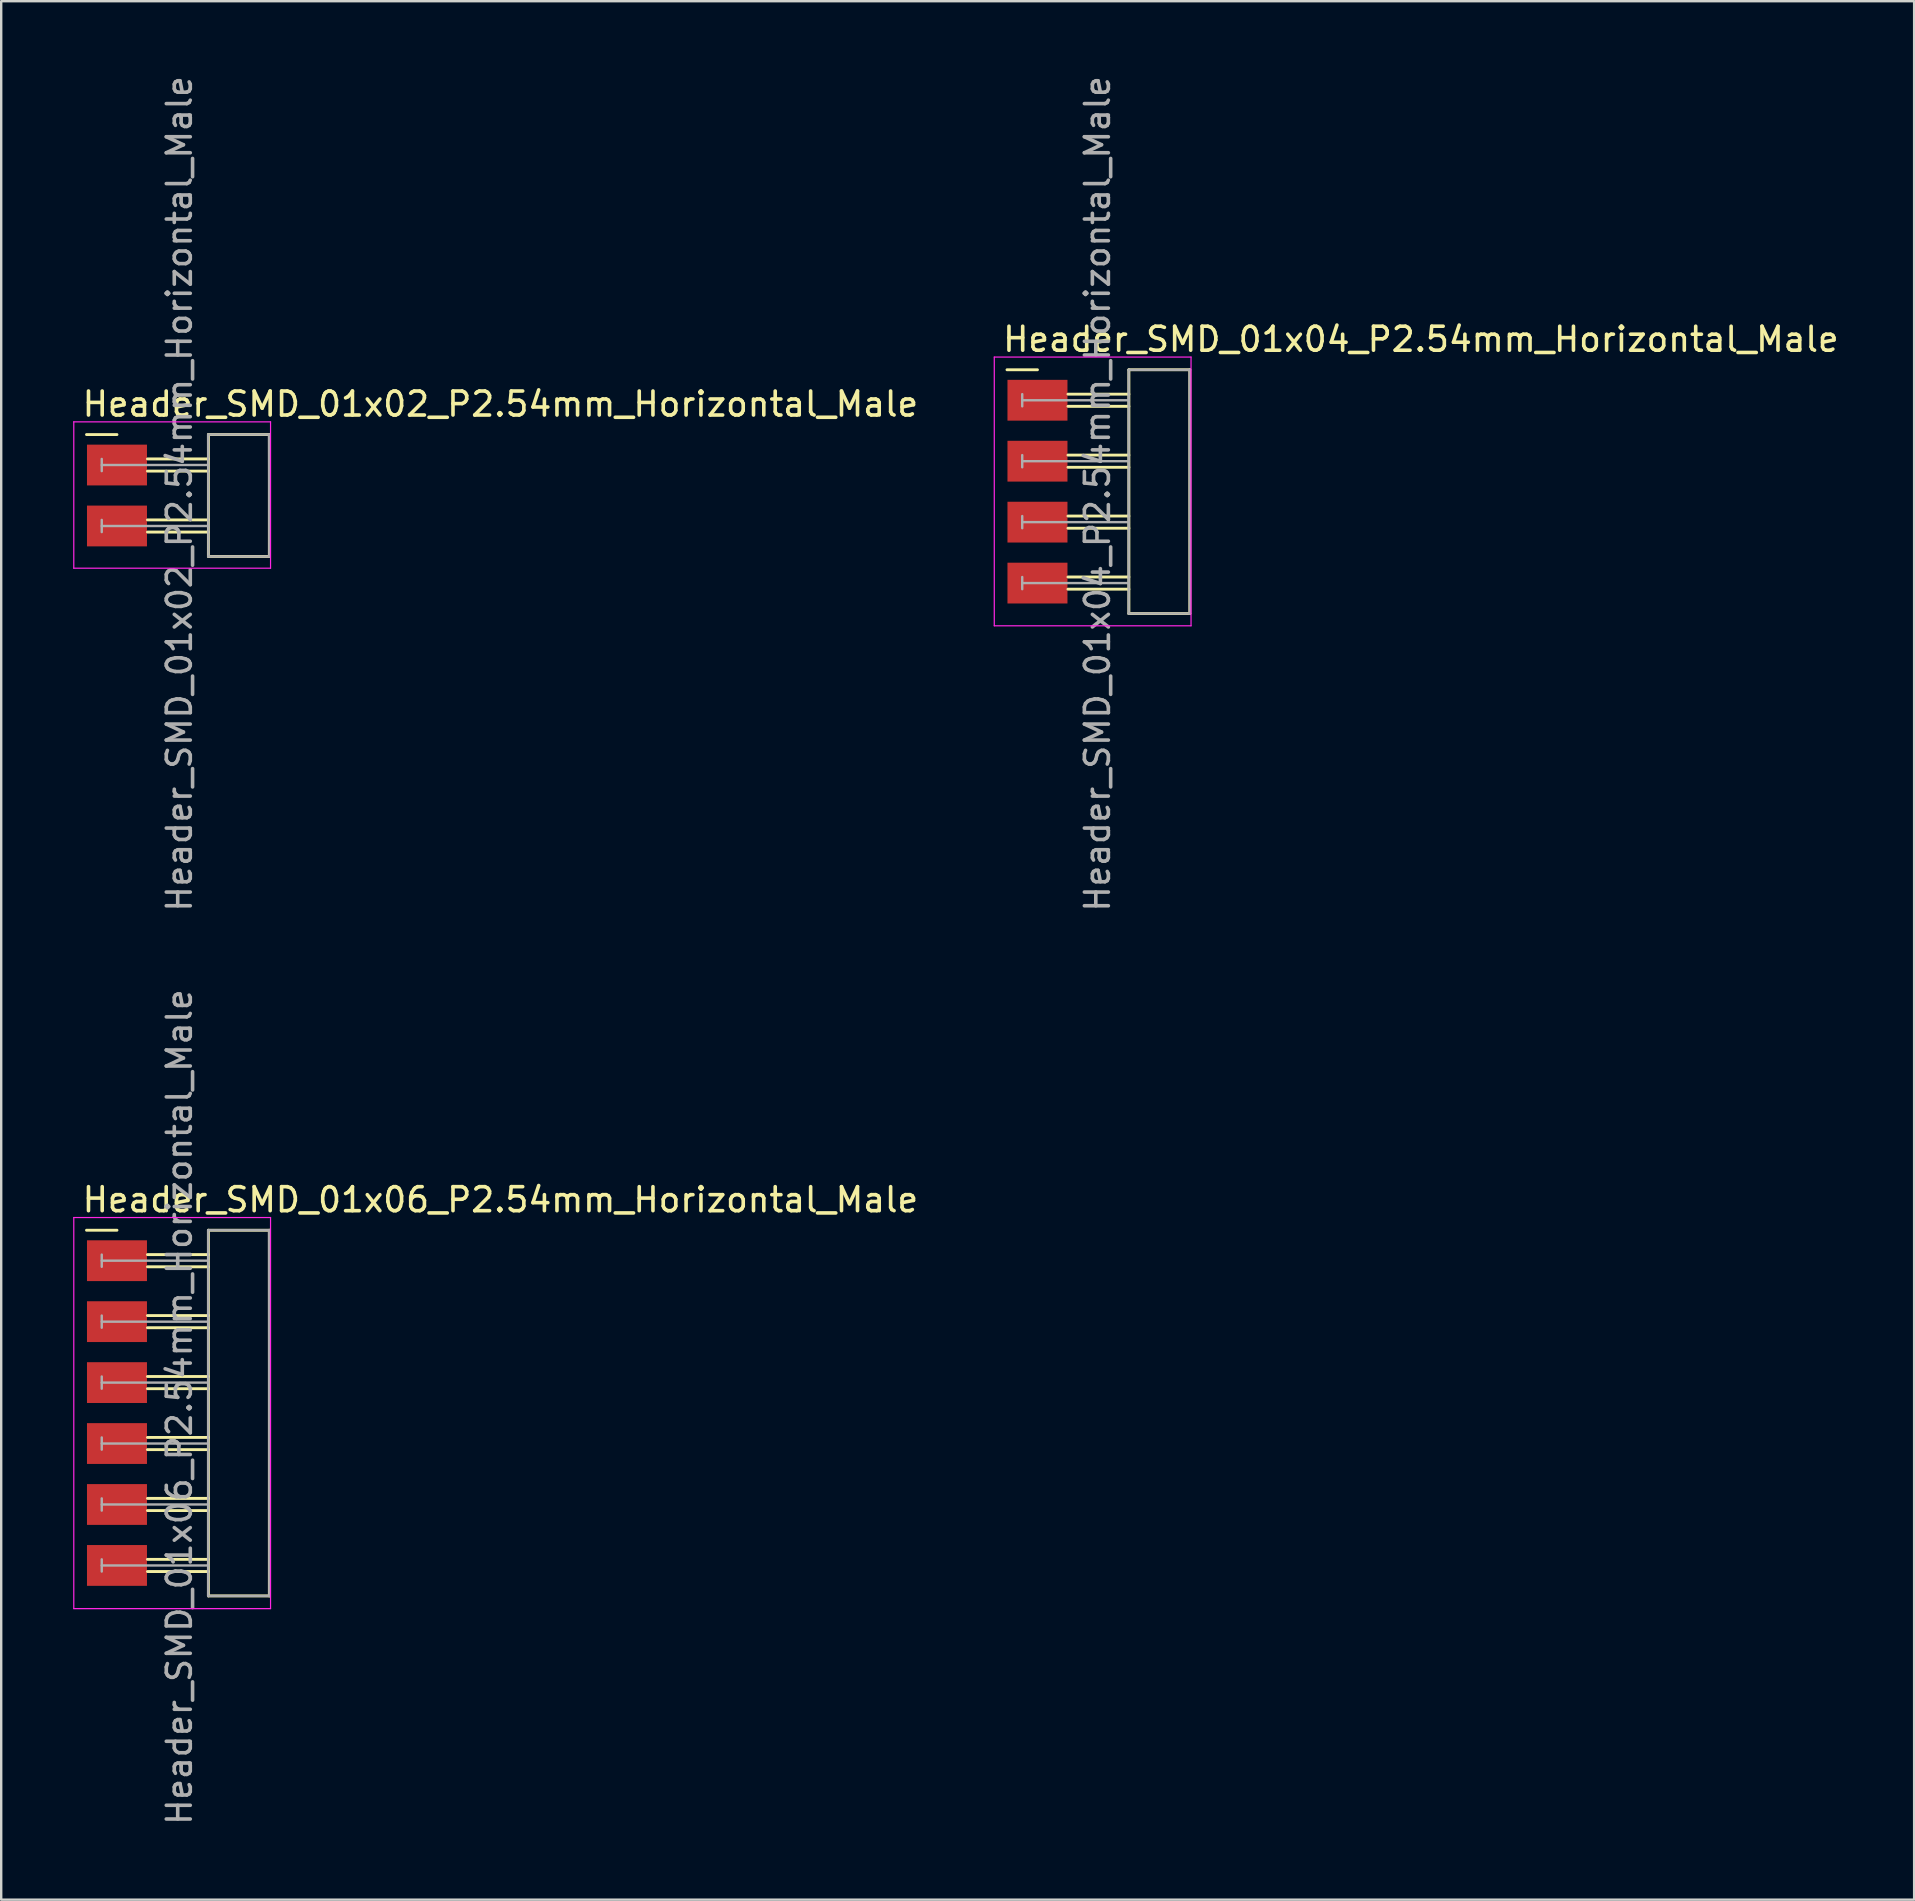
<source format=kicad_pcb>
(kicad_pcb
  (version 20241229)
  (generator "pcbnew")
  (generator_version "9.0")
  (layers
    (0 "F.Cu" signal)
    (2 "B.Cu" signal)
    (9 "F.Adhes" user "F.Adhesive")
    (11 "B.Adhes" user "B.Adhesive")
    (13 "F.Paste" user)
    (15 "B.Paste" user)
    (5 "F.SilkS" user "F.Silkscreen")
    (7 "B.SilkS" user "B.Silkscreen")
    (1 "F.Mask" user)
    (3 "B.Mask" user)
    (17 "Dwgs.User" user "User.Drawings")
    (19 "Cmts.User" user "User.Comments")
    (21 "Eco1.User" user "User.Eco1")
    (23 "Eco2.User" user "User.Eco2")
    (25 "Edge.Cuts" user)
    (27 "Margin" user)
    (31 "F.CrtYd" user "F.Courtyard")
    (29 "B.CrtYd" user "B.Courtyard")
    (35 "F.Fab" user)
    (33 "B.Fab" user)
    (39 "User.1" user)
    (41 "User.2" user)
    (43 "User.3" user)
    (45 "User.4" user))
  (footprint "Header_SMD_01x04_P2.54mm_Horizontal_Male"
    (layer "F.Cu")
    (at 40.186 13.63)
    (property "Reference" "Header_SMD_01x04_P2.54mm_Horizontal_Male" (at -1.524 -2.54 180) (layer "F.SilkS") (effects (font (size 1 1) (thickness 0.15)) (justify left)))
    (attr smd)
    (fp_line (start -1.27 -1.27) (end 0 -1.27) (stroke (width 0.12) (type solid)) (layer "F.SilkS"))
    (fp_line (start 3.81 -1.27) (end 6.35 -1.27) (stroke (width 0.12) (type solid)) (layer "F.SilkS"))
    (fp_line (start 3.81 -0.254) (end 1.27 -0.254) (stroke (width 0.12) (type solid)) (layer "F.SilkS"))
    (fp_line (start 3.81 0.254) (end 1.27 0.254) (stroke (width 0.12) (type solid)) (layer "F.SilkS"))
    (fp_line (start 3.81 2.286) (end 1.27 2.286) (stroke (width 0.12) (type solid)) (layer "F.SilkS"))
    (fp_line (start 3.81 2.794) (end 1.27 2.794) (stroke (width 0.12) (type solid)) (layer "F.SilkS"))
    (fp_line (start 3.81 4.826) (end 1.27 4.826) (stroke (width 0.12) (type solid)) (layer "F.SilkS"))
    (fp_line (start 3.81 5.334) (end 1.27 5.334) (stroke (width 0.12) (type solid)) (layer "F.SilkS"))
    (fp_line (start 3.81 7.366) (end 1.27 7.366) (stroke (width 0.12) (type solid)) (layer "F.SilkS"))
    (fp_line (start 3.81 7.874) (end 1.27 7.874) (stroke (width 0.12) (type solid)) (layer "F.SilkS"))
    (fp_line (start 3.81 8.89) (end 3.81 -1.27) (stroke (width 0.12) (type solid)) (layer "F.SilkS"))
    (fp_line (start 6.35 -1.27) (end 6.35 8.89) (stroke (width 0.12) (type solid)) (layer "F.SilkS"))
    (fp_line (start 6.35 8.89) (end 3.81 8.89) (stroke (width 0.12) (type solid)) (layer "F.SilkS"))
    (fp_line (start -1.8 -1.8) (end -1.8 9.4) (stroke (width 0.05) (type solid)) (layer "F.CrtYd"))
    (fp_line (start -1.8 9.4) (end 6.4 9.4) (stroke (width 0.05) (type solid)) (layer "F.CrtYd"))
    (fp_line (start 6.4 -1.8) (end -1.8 -1.8) (stroke (width 0.05) (type solid)) (layer "F.CrtYd"))
    (fp_line (start 6.4 9.4) (end 6.4 -1.8) (stroke (width 0.05) (type solid)) (layer "F.CrtYd"))
    (fp_line (start -0.635 -0.254) (end -0.635 0.254) (stroke (width 0.1) (type solid)) (layer "F.Fab"))
    (fp_line (start -0.635 2.286) (end -0.635 2.794) (stroke (width 0.1) (type solid)) (layer "F.Fab"))
    (fp_line (start -0.635 4.826) (end -0.635 5.334) (stroke (width 0.1) (type solid)) (layer "F.Fab"))
    (fp_line (start -0.635 7.366) (end -0.635 7.874) (stroke (width 0.1) (type solid)) (layer "F.Fab"))
    (fp_line (start 3.8 -1.27) (end 6.34 -1.27) (stroke (width 0.1) (type solid)) (layer "F.Fab"))
    (fp_line (start 3.8 8.89) (end 3.8 -1.27) (stroke (width 0.1) (type solid)) (layer "F.Fab"))
    (fp_line (start 3.8 8.89) (end 6.35 8.89) (stroke (width 0.1) (type solid)) (layer "F.Fab"))
    (fp_line (start 3.81 0) (end -0.635 0) (stroke (width 0.1) (type solid)) (layer "F.Fab"))
    (fp_line (start 3.81 2.54) (end -0.635 2.54) (stroke (width 0.1) (type solid)) (layer "F.Fab"))
    (fp_line (start 3.81 5.08) (end -0.635 5.08) (stroke (width 0.1) (type solid)) (layer "F.Fab"))
    (fp_line (start 3.81 7.62) (end -0.635 7.62) (stroke (width 0.1) (type solid)) (layer "F.Fab"))
    (fp_line (start 6.34 -1.27) (end 6.35 8.89) (stroke (width 0.1) (type solid)) (layer "F.Fab"))
    (fp_text user "${REFERENCE}" (at 2.5 3.9 90) (layer "F.Fab") (effects (font (size 1 1) (thickness 0.15))))
    (pad "1" smd rect (at 0 0) (size 2.5 1.7) (layers "F.Cu" "F.Mask" "F.Paste"))
    (pad "2" smd rect (at 0 2.54) (size 2.5 1.7) (layers "F.Cu" "F.Mask" "F.Paste"))
    (pad "3" smd rect (at 0 5.08) (size 2.5 1.7) (layers "F.Cu" "F.Mask" "F.Paste"))
    (pad "4" smd rect (at 0 7.62) (size 2.5 1.7) (layers "F.Cu" "F.Mask" "F.Paste")))
  (footprint "Header_SMD_01x02_P2.54mm_Horizontal_Male"
    (layer "F.Cu")
    (at 1.825 16.33)
    (property "Reference" "Header_SMD_01x02_P2.54mm_Horizontal_Male" (at -1.524 -2.54 180) (layer "F.SilkS") (effects (font (size 1 1) (thickness 0.15)) (justify left)))
    (attr smd)
    (fp_line (start -1.27 -1.27) (end 0 -1.27) (stroke (width 0.12) (type solid)) (layer "F.SilkS"))
    (fp_line (start 3.81 -1.27) (end 6.35 -1.27) (stroke (width 0.12) (type solid)) (layer "F.SilkS"))
    (fp_line (start 3.81 -0.254) (end 1.27 -0.254) (stroke (width 0.12) (type solid)) (layer "F.SilkS"))
    (fp_line (start 3.81 0.254) (end 1.27 0.254) (stroke (width 0.12) (type solid)) (layer "F.SilkS"))
    (fp_line (start 3.81 2.286) (end 1.27 2.286) (stroke (width 0.12) (type solid)) (layer "F.SilkS"))
    (fp_line (start 3.81 2.794) (end 1.27 2.794) (stroke (width 0.12) (type solid)) (layer "F.SilkS"))
    (fp_line (start 3.81 3.81) (end 3.81 -1.27) (stroke (width 0.12) (type solid)) (layer "F.SilkS"))
    (fp_line (start 6.35 -1.27) (end 6.35 3.81) (stroke (width 0.12) (type solid)) (layer "F.SilkS"))
    (fp_line (start 6.35 3.81) (end 3.81 3.81) (stroke (width 0.12) (type solid)) (layer "F.SilkS"))
    (fp_line (start -1.8 -1.8) (end -1.8 4.3) (stroke (width 0.05) (type solid)) (layer "F.CrtYd"))
    (fp_line (start -1.8 4.3) (end 6.4 4.3) (stroke (width 0.05) (type solid)) (layer "F.CrtYd"))
    (fp_line (start 6.4 -1.8) (end -1.8 -1.8) (stroke (width 0.05) (type solid)) (layer "F.CrtYd"))
    (fp_line (start 6.4 4.3) (end 6.4 -1.8) (stroke (width 0.05) (type solid)) (layer "F.CrtYd"))
    (fp_line (start -0.635 -0.254) (end -0.635 0.254) (stroke (width 0.1) (type solid)) (layer "F.Fab"))
    (fp_line (start -0.635 2.286) (end -0.635 2.794) (stroke (width 0.1) (type solid)) (layer "F.Fab"))
    (fp_line (start 3.8 -1.27) (end 6.34 -1.27) (stroke (width 0.1) (type solid)) (layer "F.Fab"))
    (fp_line (start 3.8 3.81) (end 6.35 3.81) (stroke (width 0.1) (type solid)) (layer "F.Fab"))
    (fp_line (start 3.81 0) (end -0.635 0) (stroke (width 0.1) (type solid)) (layer "F.Fab"))
    (fp_line (start 3.81 2.54) (end -0.635 2.54) (stroke (width 0.1) (type solid)) (layer "F.Fab"))
    (fp_line (start 3.81 3.81) (end 3.8 -1.27) (stroke (width 0.1) (type solid)) (layer "F.Fab"))
    (fp_line (start 6.34 -1.27) (end 6.35 3.81) (stroke (width 0.1) (type solid)) (layer "F.Fab"))
    (fp_text user "${REFERENCE}" (at 2.6 1.2 90) (layer "F.Fab") (effects (font (size 1 1) (thickness 0.15))))
    (pad "1" smd rect (at 0 0) (size 2.5 1.7) (layers "F.Cu" "F.Mask" "F.Paste"))
    (pad "2" smd rect (at 0 2.54) (size 2.5 1.7) (layers "F.Cu" "F.Mask" "F.Paste")))
  (footprint "Header_SMD_01x06_P2.54mm_Horizontal_Male"
    (layer "F.Cu")
    (at 1.825 49.489)
    (property "Reference" "Header_SMD_01x06_P2.54mm_Horizontal_Male" (at -1.524 -2.54 180) (layer "F.SilkS") (effects (font (size 1 1) (thickness 0.15)) (justify left)))
    (attr smd)
    (fp_line (start -1.27 -1.27) (end 0 -1.27) (stroke (width 0.12) (type solid)) (layer "F.SilkS"))
    (fp_line (start 3.81 -1.27) (end 6.35 -1.27) (stroke (width 0.12) (type solid)) (layer "F.SilkS"))
    (fp_line (start 3.81 -0.254) (end 1.27 -0.254) (stroke (width 0.12) (type solid)) (layer "F.SilkS"))
    (fp_line (start 3.81 0.254) (end 1.27 0.254) (stroke (width 0.12) (type solid)) (layer "F.SilkS"))
    (fp_line (start 3.81 2.286) (end 1.27 2.286) (stroke (width 0.12) (type solid)) (layer "F.SilkS"))
    (fp_line (start 3.81 2.794) (end 1.27 2.794) (stroke (width 0.12) (type solid)) (layer "F.SilkS"))
    (fp_line (start 3.81 4.826) (end 1.27 4.826) (stroke (width 0.12) (type solid)) (layer "F.SilkS"))
    (fp_line (start 3.81 5.334) (end 1.27 5.334) (stroke (width 0.12) (type solid)) (layer "F.SilkS"))
    (fp_line (start 3.81 7.366) (end 1.27 7.366) (stroke (width 0.12) (type solid)) (layer "F.SilkS"))
    (fp_line (start 3.81 7.874) (end 1.27 7.874) (stroke (width 0.12) (type solid)) (layer "F.SilkS"))
    (fp_line (start 3.81 9.906) (end 1.27 9.906) (stroke (width 0.12) (type solid)) (layer "F.SilkS"))
    (fp_line (start 3.81 10.414) (end 1.27 10.414) (stroke (width 0.12) (type solid)) (layer "F.SilkS"))
    (fp_line (start 3.81 12.446) (end 1.27 12.446) (stroke (width 0.12) (type solid)) (layer "F.SilkS"))
    (fp_line (start 3.81 12.954) (end 1.27 12.954) (stroke (width 0.12) (type solid)) (layer "F.SilkS"))
    (fp_line (start 3.81 13.97) (end 3.81 -1.27) (stroke (width 0.12) (type solid)) (layer "F.SilkS"))
    (fp_line (start 6.35 -1.27) (end 6.35 13.97) (stroke (width 0.12) (type solid)) (layer "F.SilkS"))
    (fp_line (start 6.35 13.97) (end 3.81 13.97) (stroke (width 0.12) (type solid)) (layer "F.SilkS"))
    (fp_line (start -1.8 -1.8) (end -1.8 14.5) (stroke (width 0.05) (type solid)) (layer "F.CrtYd"))
    (fp_line (start -1.8 14.5) (end 6.4 14.5) (stroke (width 0.05) (type solid)) (layer "F.CrtYd"))
    (fp_line (start 6.4 -1.8) (end -1.8 -1.8) (stroke (width 0.05) (type solid)) (layer "F.CrtYd"))
    (fp_line (start 6.4 14.5) (end 6.4 -1.8) (stroke (width 0.05) (type solid)) (layer "F.CrtYd"))
    (fp_line (start -0.635 -0.254) (end -0.635 0.254) (stroke (width 0.1) (type solid)) (layer "F.Fab"))
    (fp_line (start -0.635 2.286) (end -0.635 2.794) (stroke (width 0.1) (type solid)) (layer "F.Fab"))
    (fp_line (start -0.635 4.826) (end -0.635 5.334) (stroke (width 0.1) (type solid)) (layer "F.Fab"))
    (fp_line (start -0.635 7.366) (end -0.635 7.874) (stroke (width 0.1) (type solid)) (layer "F.Fab"))
    (fp_line (start -0.635 9.906) (end -0.635 10.414) (stroke (width 0.1) (type solid)) (layer "F.Fab"))
    (fp_line (start -0.635 12.446) (end -0.635 12.954) (stroke (width 0.1) (type solid)) (layer "F.Fab"))
    (fp_line (start 3.8 -1.27) (end 6.34 -1.27) (stroke (width 0.1) (type solid)) (layer "F.Fab"))
    (fp_line (start 3.8 13.97) (end 3.8 -1.27) (stroke (width 0.1) (type solid)) (layer "F.Fab"))
    (fp_line (start 3.8 13.97) (end 6.35 13.97) (stroke (width 0.1) (type solid)) (layer "F.Fab"))
    (fp_line (start 3.81 0) (end -0.635 0) (stroke (width 0.1) (type solid)) (layer "F.Fab"))
    (fp_line (start 3.81 2.54) (end -0.635 2.54) (stroke (width 0.1) (type solid)) (layer "F.Fab"))
    (fp_line (start 3.81 5.08) (end -0.635 5.08) (stroke (width 0.1) (type solid)) (layer "F.Fab"))
    (fp_line (start 3.81 7.62) (end -0.635 7.62) (stroke (width 0.1) (type solid)) (layer "F.Fab"))
    (fp_line (start 3.81 10.16) (end -0.635 10.16) (stroke (width 0.1) (type solid)) (layer "F.Fab"))
    (fp_line (start 3.81 12.7) (end -0.635 12.7) (stroke (width 0.1) (type solid)) (layer "F.Fab"))
    (fp_line (start 6.34 -1.27) (end 6.35 13.97) (stroke (width 0.1) (type solid)) (layer "F.Fab"))
    (fp_text user "${REFERENCE}" (at 2.6 6.1 90) (layer "F.Fab") (effects (font (size 1 1) (thickness 0.15))))
    (pad "1" smd rect (at 0 0) (size 2.5 1.7) (layers "F.Cu" "F.Mask" "F.Paste"))
    (pad "2" smd rect (at 0 2.54) (size 2.5 1.7) (layers "F.Cu" "F.Mask" "F.Paste"))
    (pad "3" smd rect (at 0 5.08) (size 2.5 1.7) (layers "F.Cu" "F.Mask" "F.Paste"))
    (pad "4" smd rect (at 0 7.62) (size 2.5 1.7) (layers "F.Cu" "F.Mask" "F.Paste"))
    (pad "5" smd rect (at 0 10.16) (size 2.5 1.7) (layers "F.Cu" "F.Mask" "F.Paste"))
    (pad "6" smd rect (at 0 12.7) (size 2.5 1.7) (layers "F.Cu" "F.Mask" "F.Paste")))
  (gr_rect
    (start -3 -3)
    (end 76.721 76.119)
    (stroke (width 0.1) (type default))
    (fill no)
    (layer "Edge.Cuts")))
</source>
